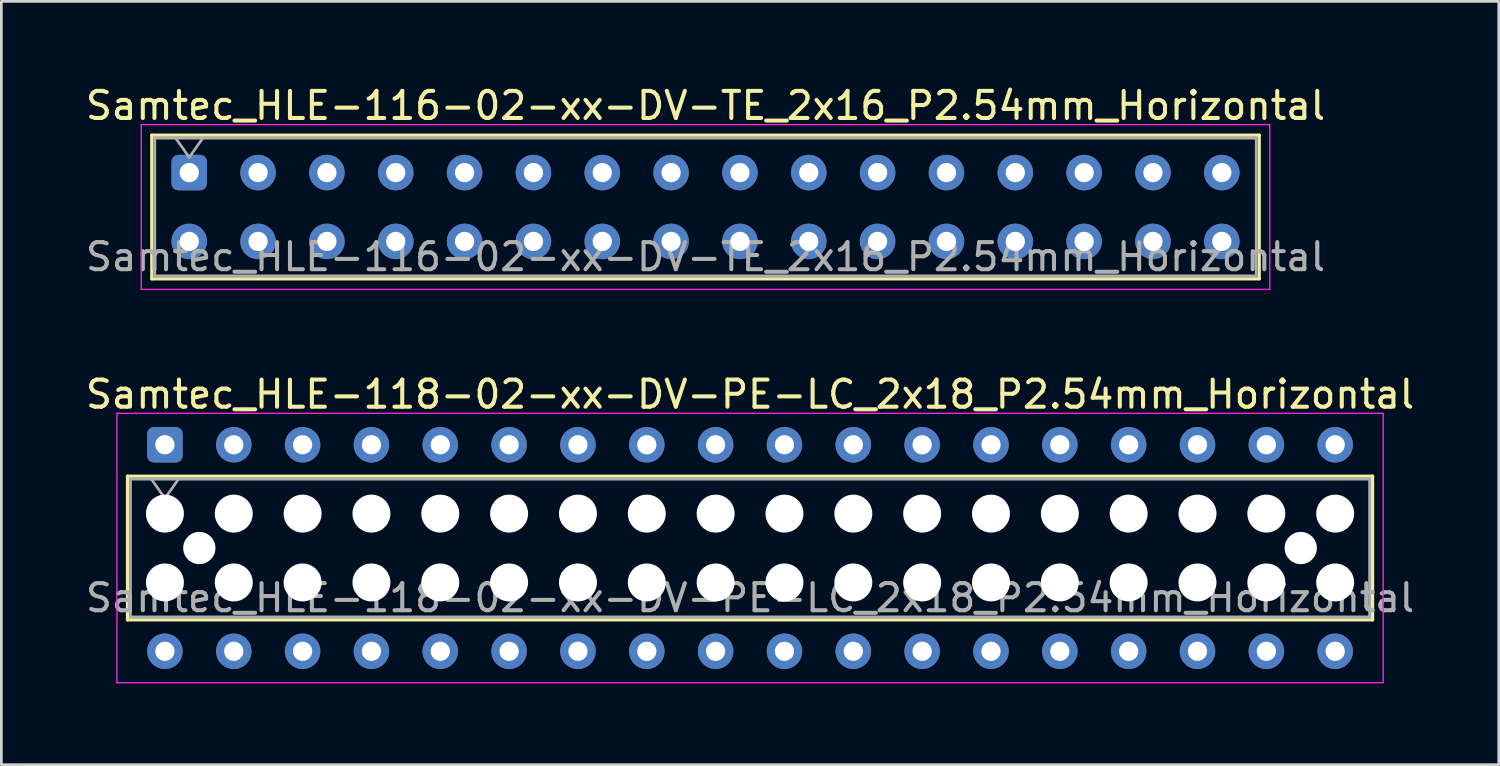
<source format=kicad_pcb>
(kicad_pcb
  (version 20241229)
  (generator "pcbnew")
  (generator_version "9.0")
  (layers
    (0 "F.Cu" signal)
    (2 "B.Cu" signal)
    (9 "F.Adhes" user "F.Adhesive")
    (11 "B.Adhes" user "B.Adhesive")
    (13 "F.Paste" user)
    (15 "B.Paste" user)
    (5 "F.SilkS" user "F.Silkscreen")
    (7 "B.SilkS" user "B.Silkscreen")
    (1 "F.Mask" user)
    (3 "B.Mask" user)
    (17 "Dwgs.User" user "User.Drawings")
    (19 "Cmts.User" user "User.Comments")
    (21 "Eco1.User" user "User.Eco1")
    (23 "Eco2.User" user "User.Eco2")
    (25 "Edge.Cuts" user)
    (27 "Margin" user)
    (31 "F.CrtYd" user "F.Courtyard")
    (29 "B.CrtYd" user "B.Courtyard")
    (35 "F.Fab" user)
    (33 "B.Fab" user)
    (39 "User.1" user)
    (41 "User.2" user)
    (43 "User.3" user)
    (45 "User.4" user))
  (footprint "Samtec_HLE-118-02-xx-DV-PE-LC_2x18_P2.54mm_Horizontal"
    (layer "F.Cu")
    (at 3.035 13.361)
    (property "Reference" "Samtec_HLE-118-02-xx-DV-PE-LC_2x18_P2.54mm_Horizontal" (at 21.59 -1.86 0) (layer "F.SilkS") (effects (font (size 1 1) (thickness 0.15))))
    (attr through_hole)
    (fp_line (start -1.38 1.16) (end 44.56 1.16) (stroke (width 0.12) (type solid)) (layer "F.SilkS"))
    (fp_line (start -1.38 6.46) (end -1.38 1.16) (stroke (width 0.12) (type solid)) (layer "F.SilkS"))
    (fp_line (start 44.56 1.16) (end 44.56 6.46) (stroke (width 0.12) (type solid)) (layer "F.SilkS"))
    (fp_line (start 44.56 6.46) (end -1.38 6.46) (stroke (width 0.12) (type solid)) (layer "F.SilkS"))
    (fp_line (start -1.77 -1.16) (end 44.95 -1.16) (stroke (width 0.05) (type solid)) (layer "F.CrtYd"))
    (fp_line (start -1.77 8.78) (end -1.77 -1.16) (stroke (width 0.05) (type solid)) (layer "F.CrtYd"))
    (fp_line (start 44.95 -1.16) (end 44.95 8.78) (stroke (width 0.05) (type solid)) (layer "F.CrtYd"))
    (fp_line (start 44.95 8.78) (end -1.77 8.78) (stroke (width 0.05) (type solid)) (layer "F.CrtYd"))
    (fp_line (start -1.27 1.27) (end 44.45 1.27) (stroke (width 0.1) (type solid)) (layer "F.Fab"))
    (fp_line (start -1.27 6.35) (end -1.27 1.27) (stroke (width 0.1) (type solid)) (layer "F.Fab"))
    (fp_line (start -0.5 1.27) (end 0 1.977) (stroke (width 0.1) (type solid)) (layer "F.Fab"))
    (fp_line (start 0 1.977) (end 0.5 1.27) (stroke (width 0.1) (type solid)) (layer "F.Fab"))
    (fp_line (start 44.45 1.27) (end 44.45 6.35) (stroke (width 0.1) (type solid)) (layer "F.Fab"))
    (fp_line (start 44.45 6.35) (end -1.27 6.35) (stroke (width 0.1) (type solid)) (layer "F.Fab"))
    (fp_text user "${REFERENCE}" (at 21.59 5.65 0) (layer "F.Fab") (effects (font (size 1 1) (thickness 0.15))))
    (pad "" np_thru_hole circle (at 0 2.54) (size 1.4 1.4) (drill 1.4) (layers "*.Cu" "*.Mask"))
    (pad "" np_thru_hole circle (at 0 5.08) (size 1.4 1.4) (drill 1.4) (layers "*.Cu" "*.Mask"))
    (pad "" np_thru_hole circle (at 1.27 3.81) (size 1.19 1.19) (drill 1.19) (layers "*.Cu" "*.Mask"))
    (pad "" np_thru_hole circle (at 2.54 2.54) (size 1.4 1.4) (drill 1.4) (layers "*.Cu" "*.Mask"))
    (pad "" np_thru_hole circle (at 2.54 5.08) (size 1.4 1.4) (drill 1.4) (layers "*.Cu" "*.Mask"))
    (pad "" np_thru_hole circle (at 5.08 2.54) (size 1.4 1.4) (drill 1.4) (layers "*.Cu" "*.Mask"))
    (pad "" np_thru_hole circle (at 5.08 5.08) (size 1.4 1.4) (drill 1.4) (layers "*.Cu" "*.Mask"))
    (pad "" np_thru_hole circle (at 7.62 2.54) (size 1.4 1.4) (drill 1.4) (layers "*.Cu" "*.Mask"))
    (pad "" np_thru_hole circle (at 7.62 5.08) (size 1.4 1.4) (drill 1.4) (layers "*.Cu" "*.Mask"))
    (pad "" np_thru_hole circle (at 10.16 2.54) (size 1.4 1.4) (drill 1.4) (layers "*.Cu" "*.Mask"))
    (pad "" np_thru_hole circle (at 10.16 5.08) (size 1.4 1.4) (drill 1.4) (layers "*.Cu" "*.Mask"))
    (pad "" np_thru_hole circle (at 12.7 2.54) (size 1.4 1.4) (drill 1.4) (layers "*.Cu" "*.Mask"))
    (pad "" np_thru_hole circle (at 12.7 5.08) (size 1.4 1.4) (drill 1.4) (layers "*.Cu" "*.Mask"))
    (pad "" np_thru_hole circle (at 15.24 2.54) (size 1.4 1.4) (drill 1.4) (layers "*.Cu" "*.Mask"))
    (pad "" np_thru_hole circle (at 15.24 5.08) (size 1.4 1.4) (drill 1.4) (layers "*.Cu" "*.Mask"))
    (pad "" np_thru_hole circle (at 17.78 2.54) (size 1.4 1.4) (drill 1.4) (layers "*.Cu" "*.Mask"))
    (pad "" np_thru_hole circle (at 17.78 5.08) (size 1.4 1.4) (drill 1.4) (layers "*.Cu" "*.Mask"))
    (pad "" np_thru_hole circle (at 20.32 2.54) (size 1.4 1.4) (drill 1.4) (layers "*.Cu" "*.Mask"))
    (pad "" np_thru_hole circle (at 20.32 5.08) (size 1.4 1.4) (drill 1.4) (layers "*.Cu" "*.Mask"))
    (pad "" np_thru_hole circle (at 22.86 2.54) (size 1.4 1.4) (drill 1.4) (layers "*.Cu" "*.Mask"))
    (pad "" np_thru_hole circle (at 22.86 5.08) (size 1.4 1.4) (drill 1.4) (layers "*.Cu" "*.Mask"))
    (pad "" np_thru_hole circle (at 25.4 2.54) (size 1.4 1.4) (drill 1.4) (layers "*.Cu" "*.Mask"))
    (pad "" np_thru_hole circle (at 25.4 5.08) (size 1.4 1.4) (drill 1.4) (layers "*.Cu" "*.Mask"))
    (pad "" np_thru_hole circle (at 27.94 2.54) (size 1.4 1.4) (drill 1.4) (layers "*.Cu" "*.Mask"))
    (pad "" np_thru_hole circle (at 27.94 5.08) (size 1.4 1.4) (drill 1.4) (layers "*.Cu" "*.Mask"))
    (pad "" np_thru_hole circle (at 30.48 2.54) (size 1.4 1.4) (drill 1.4) (layers "*.Cu" "*.Mask"))
    (pad "" np_thru_hole circle (at 30.48 5.08) (size 1.4 1.4) (drill 1.4) (layers "*.Cu" "*.Mask"))
    (pad "" np_thru_hole circle (at 33.02 2.54) (size 1.4 1.4) (drill 1.4) (layers "*.Cu" "*.Mask"))
    (pad "" np_thru_hole circle (at 33.02 5.08) (size 1.4 1.4) (drill 1.4) (layers "*.Cu" "*.Mask"))
    (pad "" np_thru_hole circle (at 35.56 2.54) (size 1.4 1.4) (drill 1.4) (layers "*.Cu" "*.Mask"))
    (pad "" np_thru_hole circle (at 35.56 5.08) (size 1.4 1.4) (drill 1.4) (layers "*.Cu" "*.Mask"))
    (pad "" np_thru_hole circle (at 38.1 2.54) (size 1.4 1.4) (drill 1.4) (layers "*.Cu" "*.Mask"))
    (pad "" np_thru_hole circle (at 38.1 5.08) (size 1.4 1.4) (drill 1.4) (layers "*.Cu" "*.Mask"))
    (pad "" np_thru_hole circle (at 40.64 2.54) (size 1.4 1.4) (drill 1.4) (layers "*.Cu" "*.Mask"))
    (pad "" np_thru_hole circle (at 40.64 5.08) (size 1.4 1.4) (drill 1.4) (layers "*.Cu" "*.Mask"))
    (pad "" np_thru_hole circle (at 41.91 3.81) (size 1.19 1.19) (drill 1.19) (layers "*.Cu" "*.Mask"))
    (pad "" np_thru_hole circle (at 43.18 2.54) (size 1.4 1.4) (drill 1.4) (layers "*.Cu" "*.Mask"))
    (pad "" np_thru_hole circle (at 43.18 5.08) (size 1.4 1.4) (drill 1.4) (layers "*.Cu" "*.Mask"))
    (pad "1" thru_hole roundrect (at 0 0) (size 1.31 1.31) (drill 0.71) (layers "*.Cu" "*.Mask") (roundrect_rratio 0.191))
    (pad "2" thru_hole circle (at 0 7.62) (size 1.31 1.31) (drill 0.71) (layers "*.Cu" "*.Mask"))
    (pad "3" thru_hole circle (at 2.54 0) (size 1.31 1.31) (drill 0.71) (layers "*.Cu" "*.Mask"))
    (pad "4" thru_hole circle (at 2.54 7.62) (size 1.31 1.31) (drill 0.71) (layers "*.Cu" "*.Mask"))
    (pad "5" thru_hole circle (at 5.08 0) (size 1.31 1.31) (drill 0.71) (layers "*.Cu" "*.Mask"))
    (pad "6" thru_hole circle (at 5.08 7.62) (size 1.31 1.31) (drill 0.71) (layers "*.Cu" "*.Mask"))
    (pad "7" thru_hole circle (at 7.62 0) (size 1.31 1.31) (drill 0.71) (layers "*.Cu" "*.Mask"))
    (pad "8" thru_hole circle (at 7.62 7.62) (size 1.31 1.31) (drill 0.71) (layers "*.Cu" "*.Mask"))
    (pad "9" thru_hole circle (at 10.16 0) (size 1.31 1.31) (drill 0.71) (layers "*.Cu" "*.Mask"))
    (pad "10" thru_hole circle (at 10.16 7.62) (size 1.31 1.31) (drill 0.71) (layers "*.Cu" "*.Mask"))
    (pad "11" thru_hole circle (at 12.7 0) (size 1.31 1.31) (drill 0.71) (layers "*.Cu" "*.Mask"))
    (pad "12" thru_hole circle (at 12.7 7.62) (size 1.31 1.31) (drill 0.71) (layers "*.Cu" "*.Mask"))
    (pad "13" thru_hole circle (at 15.24 0) (size 1.31 1.31) (drill 0.71) (layers "*.Cu" "*.Mask"))
    (pad "14" thru_hole circle (at 15.24 7.62) (size 1.31 1.31) (drill 0.71) (layers "*.Cu" "*.Mask"))
    (pad "15" thru_hole circle (at 17.78 0) (size 1.31 1.31) (drill 0.71) (layers "*.Cu" "*.Mask"))
    (pad "16" thru_hole circle (at 17.78 7.62) (size 1.31 1.31) (drill 0.71) (layers "*.Cu" "*.Mask"))
    (pad "17" thru_hole circle (at 20.32 0) (size 1.31 1.31) (drill 0.71) (layers "*.Cu" "*.Mask"))
    (pad "18" thru_hole circle (at 20.32 7.62) (size 1.31 1.31) (drill 0.71) (layers "*.Cu" "*.Mask"))
    (pad "19" thru_hole circle (at 22.86 0) (size 1.31 1.31) (drill 0.71) (layers "*.Cu" "*.Mask"))
    (pad "20" thru_hole circle (at 22.86 7.62) (size 1.31 1.31) (drill 0.71) (layers "*.Cu" "*.Mask"))
    (pad "21" thru_hole circle (at 25.4 0) (size 1.31 1.31) (drill 0.71) (layers "*.Cu" "*.Mask"))
    (pad "22" thru_hole circle (at 25.4 7.62) (size 1.31 1.31) (drill 0.71) (layers "*.Cu" "*.Mask"))
    (pad "23" thru_hole circle (at 27.94 0) (size 1.31 1.31) (drill 0.71) (layers "*.Cu" "*.Mask"))
    (pad "24" thru_hole circle (at 27.94 7.62) (size 1.31 1.31) (drill 0.71) (layers "*.Cu" "*.Mask"))
    (pad "25" thru_hole circle (at 30.48 0) (size 1.31 1.31) (drill 0.71) (layers "*.Cu" "*.Mask"))
    (pad "26" thru_hole circle (at 30.48 7.62) (size 1.31 1.31) (drill 0.71) (layers "*.Cu" "*.Mask"))
    (pad "27" thru_hole circle (at 33.02 0) (size 1.31 1.31) (drill 0.71) (layers "*.Cu" "*.Mask"))
    (pad "28" thru_hole circle (at 33.02 7.62) (size 1.31 1.31) (drill 0.71) (layers "*.Cu" "*.Mask"))
    (pad "29" thru_hole circle (at 35.56 0) (size 1.31 1.31) (drill 0.71) (layers "*.Cu" "*.Mask"))
    (pad "30" thru_hole circle (at 35.56 7.62) (size 1.31 1.31) (drill 0.71) (layers "*.Cu" "*.Mask"))
    (pad "31" thru_hole circle (at 38.1 0) (size 1.31 1.31) (drill 0.71) (layers "*.Cu" "*.Mask"))
    (pad "32" thru_hole circle (at 38.1 7.62) (size 1.31 1.31) (drill 0.71) (layers "*.Cu" "*.Mask"))
    (pad "33" thru_hole circle (at 40.64 0) (size 1.31 1.31) (drill 0.71) (layers "*.Cu" "*.Mask"))
    (pad "34" thru_hole circle (at 40.64 7.62) (size 1.31 1.31) (drill 0.71) (layers "*.Cu" "*.Mask"))
    (pad "35" thru_hole circle (at 43.18 0) (size 1.31 1.31) (drill 0.71) (layers "*.Cu" "*.Mask"))
    (pad "36" thru_hole circle (at 43.18 7.62) (size 1.31 1.31) (drill 0.71) (layers "*.Cu" "*.Mask")))
  (footprint "Samtec_HLE-116-02-xx-DV-TE_2x16_P2.54mm_Horizontal"
    (layer "F.Cu")
    (at 3.932 3.318)
    (property "Reference" "Samtec_HLE-116-02-xx-DV-TE_2x16_P2.54mm_Horizontal" (at 19.05 -2.47 0) (layer "F.SilkS") (effects (font (size 1 1) (thickness 0.15))))
    (attr through_hole)
    (fp_line (start -1.38 -1.38) (end 39.48 -1.38) (stroke (width 0.12) (type solid)) (layer "F.SilkS"))
    (fp_line (start -1.38 3.92) (end -1.38 -1.38) (stroke (width 0.12) (type solid)) (layer "F.SilkS"))
    (fp_line (start 39.48 -1.38) (end 39.48 3.92) (stroke (width 0.12) (type solid)) (layer "F.SilkS"))
    (fp_line (start 39.48 3.92) (end -1.38 3.92) (stroke (width 0.12) (type solid)) (layer "F.SilkS"))
    (fp_line (start -1.77 -1.77) (end 39.87 -1.77) (stroke (width 0.05) (type solid)) (layer "F.CrtYd"))
    (fp_line (start -1.77 4.31) (end -1.77 -1.77) (stroke (width 0.05) (type solid)) (layer "F.CrtYd"))
    (fp_line (start 39.87 -1.77) (end 39.87 4.31) (stroke (width 0.05) (type solid)) (layer "F.CrtYd"))
    (fp_line (start 39.87 4.31) (end -1.77 4.31) (stroke (width 0.05) (type solid)) (layer "F.CrtYd"))
    (fp_line (start -1.27 -1.27) (end 39.37 -1.27) (stroke (width 0.1) (type solid)) (layer "F.Fab"))
    (fp_line (start -1.27 3.81) (end -1.27 -1.27) (stroke (width 0.1) (type solid)) (layer "F.Fab"))
    (fp_line (start -0.5 -1.27) (end 0 -0.563) (stroke (width 0.1) (type solid)) (layer "F.Fab"))
    (fp_line (start 0 -0.563) (end 0.5 -1.27) (stroke (width 0.1) (type solid)) (layer "F.Fab"))
    (fp_line (start 39.37 -1.27) (end 39.37 3.81) (stroke (width 0.1) (type solid)) (layer "F.Fab"))
    (fp_line (start 39.37 3.81) (end -1.27 3.81) (stroke (width 0.1) (type solid)) (layer "F.Fab"))
    (fp_text user "${REFERENCE}" (at 19.05 3.11 0) (layer "F.Fab") (effects (font (size 1 1) (thickness 0.15))))
    (pad "1" thru_hole roundrect (at 0 0) (size 1.31 1.31) (drill 0.71) (layers "*.Cu" "*.Mask") (roundrect_rratio 0.191))
    (pad "2" thru_hole circle (at 0 2.54) (size 1.31 1.31) (drill 0.71) (layers "*.Cu" "*.Mask"))
    (pad "3" thru_hole circle (at 2.54 0) (size 1.31 1.31) (drill 0.71) (layers "*.Cu" "*.Mask"))
    (pad "4" thru_hole circle (at 2.54 2.54) (size 1.31 1.31) (drill 0.71) (layers "*.Cu" "*.Mask"))
    (pad "5" thru_hole circle (at 5.08 0) (size 1.31 1.31) (drill 0.71) (layers "*.Cu" "*.Mask"))
    (pad "6" thru_hole circle (at 5.08 2.54) (size 1.31 1.31) (drill 0.71) (layers "*.Cu" "*.Mask"))
    (pad "7" thru_hole circle (at 7.62 0) (size 1.31 1.31) (drill 0.71) (layers "*.Cu" "*.Mask"))
    (pad "8" thru_hole circle (at 7.62 2.54) (size 1.31 1.31) (drill 0.71) (layers "*.Cu" "*.Mask"))
    (pad "9" thru_hole circle (at 10.16 0) (size 1.31 1.31) (drill 0.71) (layers "*.Cu" "*.Mask"))
    (pad "10" thru_hole circle (at 10.16 2.54) (size 1.31 1.31) (drill 0.71) (layers "*.Cu" "*.Mask"))
    (pad "11" thru_hole circle (at 12.7 0) (size 1.31 1.31) (drill 0.71) (layers "*.Cu" "*.Mask"))
    (pad "12" thru_hole circle (at 12.7 2.54) (size 1.31 1.31) (drill 0.71) (layers "*.Cu" "*.Mask"))
    (pad "13" thru_hole circle (at 15.24 0) (size 1.31 1.31) (drill 0.71) (layers "*.Cu" "*.Mask"))
    (pad "14" thru_hole circle (at 15.24 2.54) (size 1.31 1.31) (drill 0.71) (layers "*.Cu" "*.Mask"))
    (pad "15" thru_hole circle (at 17.78 0) (size 1.31 1.31) (drill 0.71) (layers "*.Cu" "*.Mask"))
    (pad "16" thru_hole circle (at 17.78 2.54) (size 1.31 1.31) (drill 0.71) (layers "*.Cu" "*.Mask"))
    (pad "17" thru_hole circle (at 20.32 0) (size 1.31 1.31) (drill 0.71) (layers "*.Cu" "*.Mask"))
    (pad "18" thru_hole circle (at 20.32 2.54) (size 1.31 1.31) (drill 0.71) (layers "*.Cu" "*.Mask"))
    (pad "19" thru_hole circle (at 22.86 0) (size 1.31 1.31) (drill 0.71) (layers "*.Cu" "*.Mask"))
    (pad "20" thru_hole circle (at 22.86 2.54) (size 1.31 1.31) (drill 0.71) (layers "*.Cu" "*.Mask"))
    (pad "21" thru_hole circle (at 25.4 0) (size 1.31 1.31) (drill 0.71) (layers "*.Cu" "*.Mask"))
    (pad "22" thru_hole circle (at 25.4 2.54) (size 1.31 1.31) (drill 0.71) (layers "*.Cu" "*.Mask"))
    (pad "23" thru_hole circle (at 27.94 0) (size 1.31 1.31) (drill 0.71) (layers "*.Cu" "*.Mask"))
    (pad "24" thru_hole circle (at 27.94 2.54) (size 1.31 1.31) (drill 0.71) (layers "*.Cu" "*.Mask"))
    (pad "25" thru_hole circle (at 30.48 0) (size 1.31 1.31) (drill 0.71) (layers "*.Cu" "*.Mask"))
    (pad "26" thru_hole circle (at 30.48 2.54) (size 1.31 1.31) (drill 0.71) (layers "*.Cu" "*.Mask"))
    (pad "27" thru_hole circle (at 33.02 0) (size 1.31 1.31) (drill 0.71) (layers "*.Cu" "*.Mask"))
    (pad "28" thru_hole circle (at 33.02 2.54) (size 1.31 1.31) (drill 0.71) (layers "*.Cu" "*.Mask"))
    (pad "29" thru_hole circle (at 35.56 0) (size 1.31 1.31) (drill 0.71) (layers "*.Cu" "*.Mask"))
    (pad "30" thru_hole circle (at 35.56 2.54) (size 1.31 1.31) (drill 0.71) (layers "*.Cu" "*.Mask"))
    (pad "31" thru_hole circle (at 38.1 0) (size 1.31 1.31) (drill 0.71) (layers "*.Cu" "*.Mask"))
    (pad "32" thru_hole circle (at 38.1 2.54) (size 1.31 1.31) (drill 0.71) (layers "*.Cu" "*.Mask")))
  (gr_rect
    (start -3 -3)
    (end 52.25 25.166)
    (stroke (width 0.1) (type default))
    (fill no)
    (layer "Edge.Cuts")))
</source>
